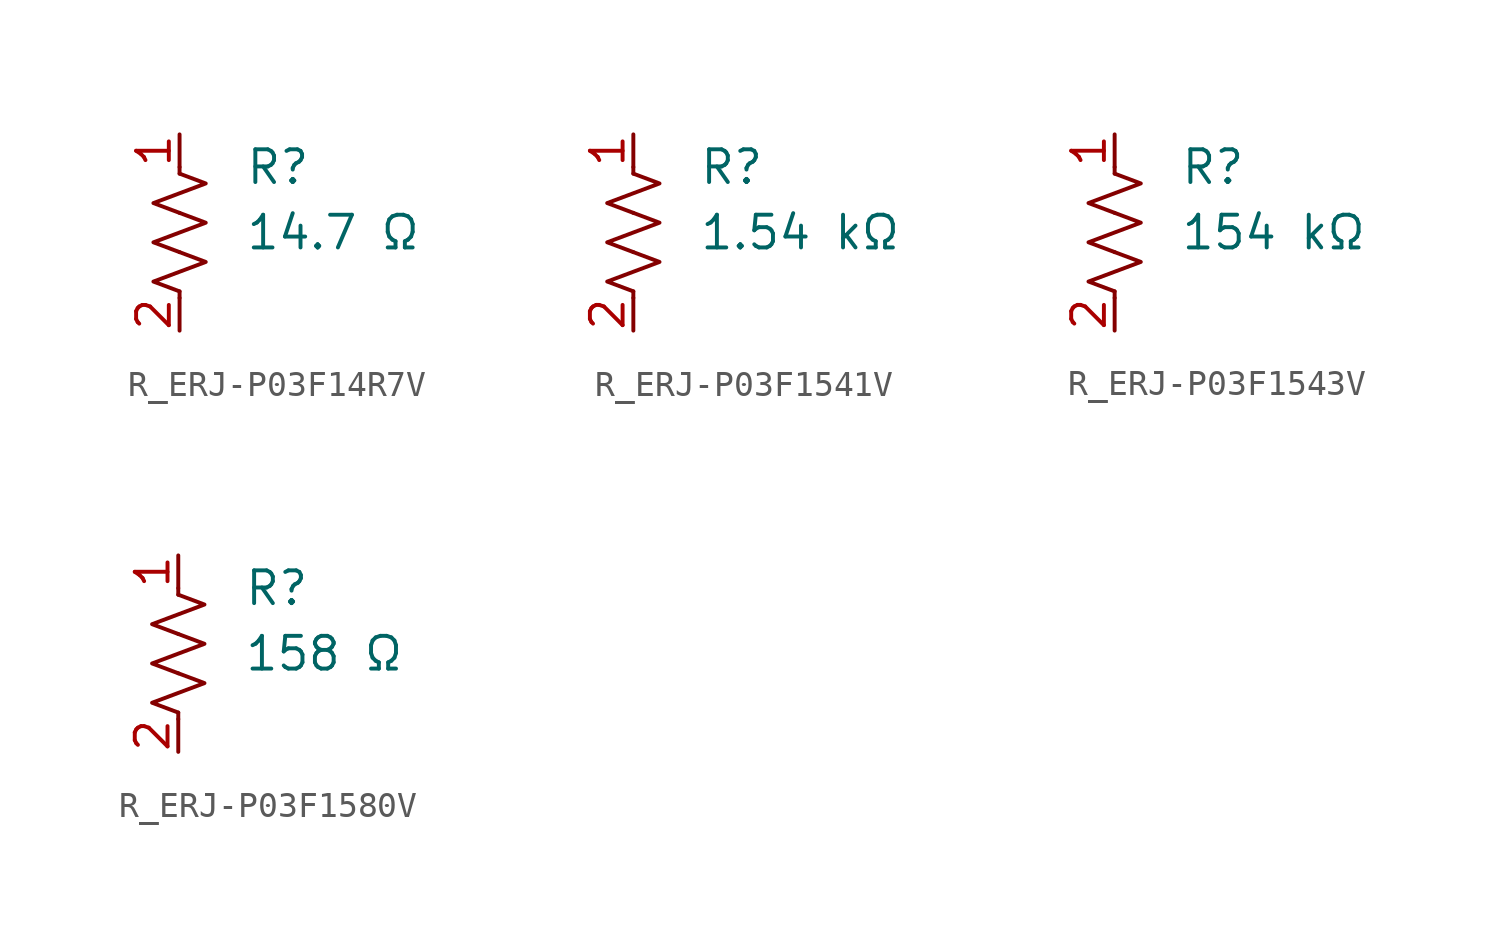
<source format=kicad_sym>
(kicad_symbol_lib
  (version 20231120)
  (generator "kicad_symbol_editor")
  (generator_version "8.0")
  (symbol "R_ERJ-P03F14R7V"
    (pin_names
      (offset 0.254))
    (property "Value" "14.7 Ω"
      (at 2.54 0 0)
      (effects (font (size 1.27 1.27)) (justify left)))
    (property "Reference" "R"
      (at 2.54 2.54 0)
      (effects (font (size 1.27 1.27)) (justify left)))
    (symbol "R_ERJ-P03F14R7V_0_1"
      (polyline (pts (xy 0 -2.286) (xy 0 -2.54)) (stroke (width 0) (type default)) (fill (type none)))
      (polyline (pts (xy 0 2.286) (xy 0 2.54)) (stroke (width 0) (type default)) (fill (type none)))
      (polyline (pts (xy 0 -0.762) (xy 1.016 -1.143) (xy 0 -1.524) (xy -1.016 -1.905) (xy 0 -2.286)) (stroke (width 0) (type default)) (fill (type none)))
      (polyline (pts (xy 0 0.762) (xy 1.016 0.381) (xy 0 0) (xy -1.016 -0.381) (xy 0 -0.762)) (stroke (width 0) (type default)) (fill (type none)))
      (polyline (pts (xy 0 2.286) (xy 1.016 1.905) (xy 0 1.524) (xy -1.016 1.143) (xy 0 0.762)) (stroke (width 0) (type default)) (fill (type none))))
    (symbol "R_ERJ-P03F14R7V_1_1"
      (pin passive line (at 0 3.81 270) (length 1.27) (name "~" (effects (font (size 1.27 1.27)))) (number "1" (effects (font (size 1.27 1.27)))))
      (pin passive line (at 0 -3.81 90) (length 1.27) (name "~" (effects (font (size 1.27 1.27)))) (number "2" (effects (font (size 1.27 1.27)))))))
  (symbol "R_ERJ-P03F1541V"
    (pin_names
      (offset 0.254))
    (property "Value" "1.54 kΩ"
      (at 2.54 0 0)
      (effects (font (size 1.27 1.27)) (justify left)))
    (property "Reference" "R"
      (at 2.54 2.54 0)
      (effects (font (size 1.27 1.27)) (justify left)))
    (symbol "R_ERJ-P03F1541V_0_1"
      (polyline (pts (xy 0 -2.286) (xy 0 -2.54)) (stroke (width 0) (type default)) (fill (type none)))
      (polyline (pts (xy 0 2.286) (xy 0 2.54)) (stroke (width 0) (type default)) (fill (type none)))
      (polyline (pts (xy 0 -0.762) (xy 1.016 -1.143) (xy 0 -1.524) (xy -1.016 -1.905) (xy 0 -2.286)) (stroke (width 0) (type default)) (fill (type none)))
      (polyline (pts (xy 0 0.762) (xy 1.016 0.381) (xy 0 0) (xy -1.016 -0.381) (xy 0 -0.762)) (stroke (width 0) (type default)) (fill (type none)))
      (polyline (pts (xy 0 2.286) (xy 1.016 1.905) (xy 0 1.524) (xy -1.016 1.143) (xy 0 0.762)) (stroke (width 0) (type default)) (fill (type none))))
    (symbol "R_ERJ-P03F1541V_1_1"
      (pin passive line (at 0 3.81 270) (length 1.27) (name "~" (effects (font (size 1.27 1.27)))) (number "1" (effects (font (size 1.27 1.27)))))
      (pin passive line (at 0 -3.81 90) (length 1.27) (name "~" (effects (font (size 1.27 1.27)))) (number "2" (effects (font (size 1.27 1.27)))))))
  (symbol "R_ERJ-P03F1543V"
    (pin_names
      (offset 0.254))
    (property "Value" "154 kΩ"
      (at 2.54 0 0)
      (effects (font (size 1.27 1.27)) (justify left)))
    (property "Reference" "R"
      (at 2.54 2.54 0)
      (effects (font (size 1.27 1.27)) (justify left)))
    (symbol "R_ERJ-P03F1543V_0_1"
      (polyline (pts (xy 0 -2.286) (xy 0 -2.54)) (stroke (width 0) (type default)) (fill (type none)))
      (polyline (pts (xy 0 2.286) (xy 0 2.54)) (stroke (width 0) (type default)) (fill (type none)))
      (polyline (pts (xy 0 -0.762) (xy 1.016 -1.143) (xy 0 -1.524) (xy -1.016 -1.905) (xy 0 -2.286)) (stroke (width 0) (type default)) (fill (type none)))
      (polyline (pts (xy 0 0.762) (xy 1.016 0.381) (xy 0 0) (xy -1.016 -0.381) (xy 0 -0.762)) (stroke (width 0) (type default)) (fill (type none)))
      (polyline (pts (xy 0 2.286) (xy 1.016 1.905) (xy 0 1.524) (xy -1.016 1.143) (xy 0 0.762)) (stroke (width 0) (type default)) (fill (type none))))
    (symbol "R_ERJ-P03F1543V_1_1"
      (pin passive line (at 0 3.81 270) (length 1.27) (name "~" (effects (font (size 1.27 1.27)))) (number "1" (effects (font (size 1.27 1.27)))))
      (pin passive line (at 0 -3.81 90) (length 1.27) (name "~" (effects (font (size 1.27 1.27)))) (number "2" (effects (font (size 1.27 1.27)))))))
  (symbol "R_ERJ-P03F1580V"
    (pin_names
      (offset 0.254))
    (property "Value" "158 Ω"
      (at 2.54 0 0)
      (effects (font (size 1.27 1.27)) (justify left)))
    (property "Reference" "R"
      (at 2.54 2.54 0)
      (effects (font (size 1.27 1.27)) (justify left)))
    (symbol "R_ERJ-P03F1580V_0_1"
      (polyline (pts (xy 0 -2.286) (xy 0 -2.54)) (stroke (width 0) (type default)) (fill (type none)))
      (polyline (pts (xy 0 2.286) (xy 0 2.54)) (stroke (width 0) (type default)) (fill (type none)))
      (polyline (pts (xy 0 -0.762) (xy 1.016 -1.143) (xy 0 -1.524) (xy -1.016 -1.905) (xy 0 -2.286)) (stroke (width 0) (type default)) (fill (type none)))
      (polyline (pts (xy 0 0.762) (xy 1.016 0.381) (xy 0 0) (xy -1.016 -0.381) (xy 0 -0.762)) (stroke (width 0) (type default)) (fill (type none)))
      (polyline (pts (xy 0 2.286) (xy 1.016 1.905) (xy 0 1.524) (xy -1.016 1.143) (xy 0 0.762)) (stroke (width 0) (type default)) (fill (type none))))
    (symbol "R_ERJ-P03F1580V_1_1"
      (pin passive line (at 0 3.81 270) (length 1.27) (name "~" (effects (font (size 1.27 1.27)))) (number "1" (effects (font (size 1.27 1.27)))))
      (pin passive line (at 0 -3.81 90) (length 1.27) (name "~" (effects (font (size 1.27 1.27)))) (number "2" (effects (font (size 1.27 1.27))))))))
</source>
